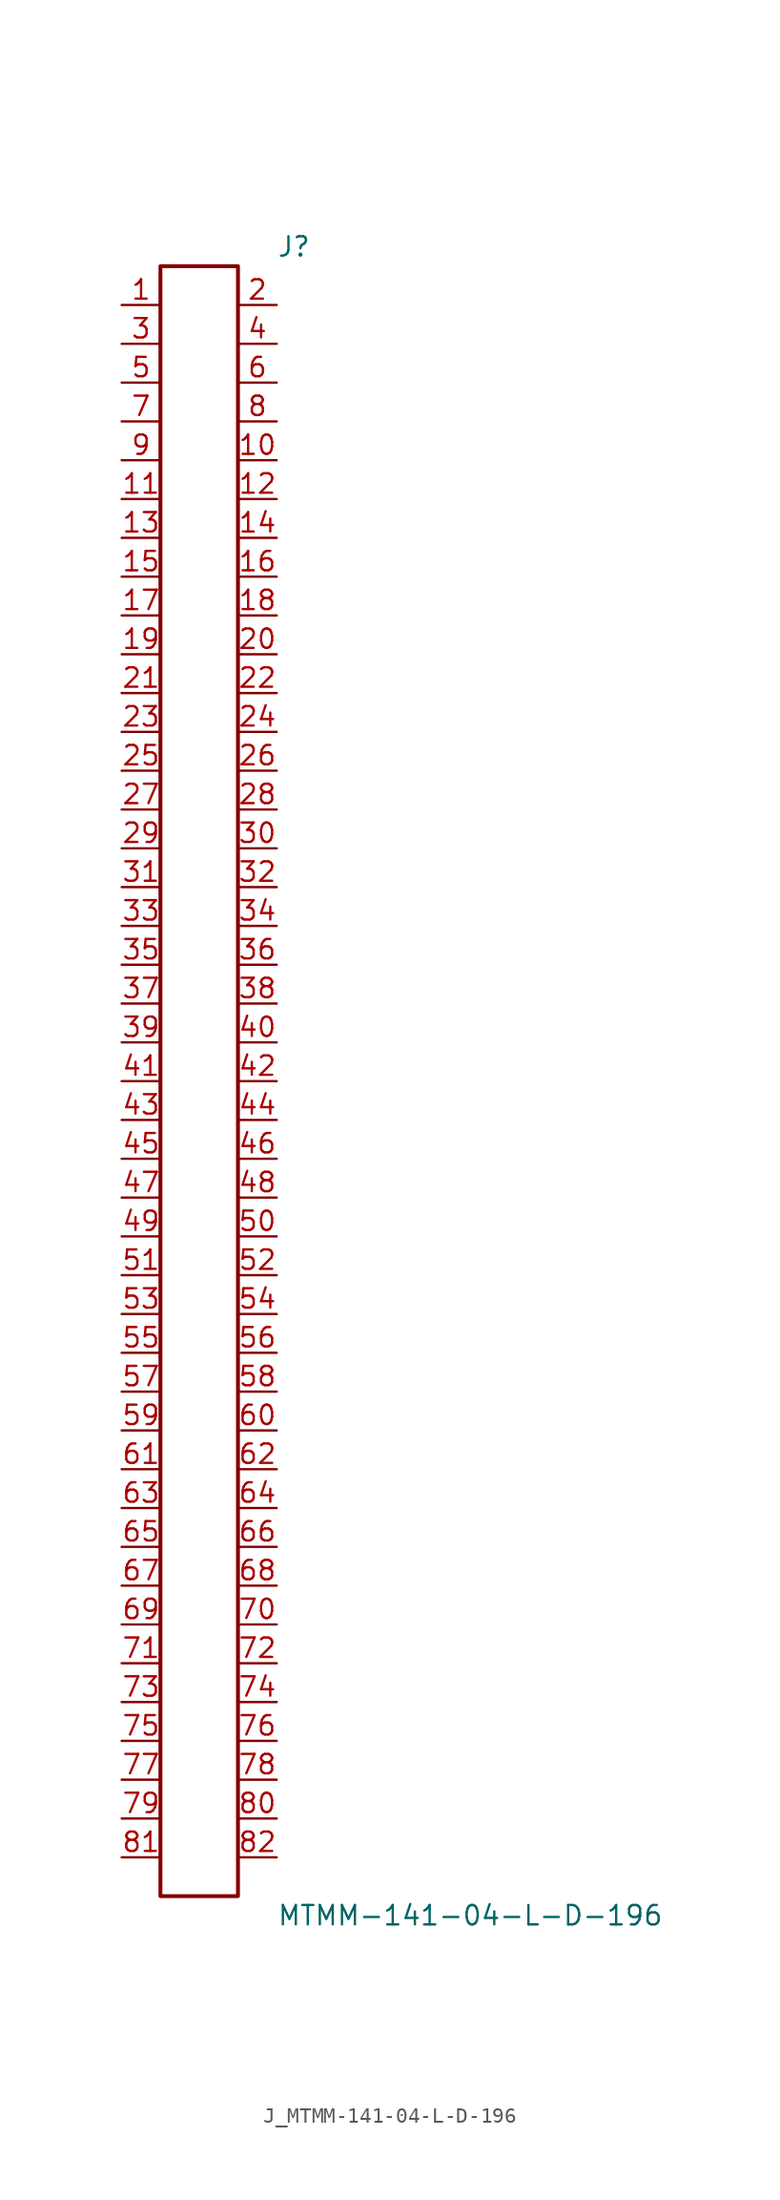
<source format=kicad_sym>
(kicad_symbol_lib
  (version 20231120)
  (generator kicad_symbol_editor)
  (generator_version 8.0)
  (symbol "J_MTMM-141-04-L-D-196"
    (pin_names
      (offset 0.254))
    (property "Reference" "J"
      (at 5.08 54.61 0)
      (effects (font (size 1.27 1.27)) (justify left)))
    (property "Value" "MTMM-141-04-L-D-196"
      (at 5.08 -54.61 0)
      (effects (font (size 1.27 1.27)) (justify left)))
    (symbol "J_MTMM-141-04-L-D-196_0_0"
      (pin passive line (at -5.08 50.8 0) (length 2.54) (name "" (effects (font (size 1.27 1.27)))) (number "1" (effects (font (size 1.27 1.27)))))
      (pin passive line (at 5.08 50.8 180) (length 2.54) (name "" (effects (font (size 1.27 1.27)))) (number "2" (effects (font (size 1.27 1.27)))))
      (pin passive line (at -5.08 48.26 0) (length 2.54) (name "" (effects (font (size 1.27 1.27)))) (number "3" (effects (font (size 1.27 1.27)))))
      (pin passive line (at 5.08 48.26 180) (length 2.54) (name "" (effects (font (size 1.27 1.27)))) (number "4" (effects (font (size 1.27 1.27)))))
      (pin passive line (at -5.08 45.72 0) (length 2.54) (name "" (effects (font (size 1.27 1.27)))) (number "5" (effects (font (size 1.27 1.27)))))
      (pin passive line (at 5.08 45.72 180) (length 2.54) (name "" (effects (font (size 1.27 1.27)))) (number "6" (effects (font (size 1.27 1.27)))))
      (pin passive line (at -5.08 43.18 0) (length 2.54) (name "" (effects (font (size 1.27 1.27)))) (number "7" (effects (font (size 1.27 1.27)))))
      (pin passive line (at 5.08 43.18 180) (length 2.54) (name "" (effects (font (size 1.27 1.27)))) (number "8" (effects (font (size 1.27 1.27)))))
      (pin passive line (at -5.08 40.64 0) (length 2.54) (name "" (effects (font (size 1.27 1.27)))) (number "9" (effects (font (size 1.27 1.27)))))
      (pin passive line (at 5.08 40.64 180) (length 2.54) (name "" (effects (font (size 1.27 1.27)))) (number "10" (effects (font (size 1.27 1.27)))))
      (pin passive line (at -5.08 38.1 0) (length 2.54) (name "" (effects (font (size 1.27 1.27)))) (number "11" (effects (font (size 1.27 1.27)))))
      (pin passive line (at 5.08 38.1 180) (length 2.54) (name "" (effects (font (size 1.27 1.27)))) (number "12" (effects (font (size 1.27 1.27)))))
      (pin passive line (at -5.08 35.56 0) (length 2.54) (name "" (effects (font (size 1.27 1.27)))) (number "13" (effects (font (size 1.27 1.27)))))
      (pin passive line (at 5.08 35.56 180) (length 2.54) (name "" (effects (font (size 1.27 1.27)))) (number "14" (effects (font (size 1.27 1.27)))))
      (pin passive line (at -5.08 33.02 0) (length 2.54) (name "" (effects (font (size 1.27 1.27)))) (number "15" (effects (font (size 1.27 1.27)))))
      (pin passive line (at 5.08 33.02 180) (length 2.54) (name "" (effects (font (size 1.27 1.27)))) (number "16" (effects (font (size 1.27 1.27)))))
      (pin passive line (at -5.08 30.48 0) (length 2.54) (name "" (effects (font (size 1.27 1.27)))) (number "17" (effects (font (size 1.27 1.27)))))
      (pin passive line (at 5.08 30.48 180) (length 2.54) (name "" (effects (font (size 1.27 1.27)))) (number "18" (effects (font (size 1.27 1.27)))))
      (pin passive line (at -5.08 27.94 0) (length 2.54) (name "" (effects (font (size 1.27 1.27)))) (number "19" (effects (font (size 1.27 1.27)))))
      (pin passive line (at 5.08 27.94 180) (length 2.54) (name "" (effects (font (size 1.27 1.27)))) (number "20" (effects (font (size 1.27 1.27)))))
      (pin passive line (at -5.08 25.4 0) (length 2.54) (name "" (effects (font (size 1.27 1.27)))) (number "21" (effects (font (size 1.27 1.27)))))
      (pin passive line (at 5.08 25.4 180) (length 2.54) (name "" (effects (font (size 1.27 1.27)))) (number "22" (effects (font (size 1.27 1.27)))))
      (pin passive line (at -5.08 22.86 0) (length 2.54) (name "" (effects (font (size 1.27 1.27)))) (number "23" (effects (font (size 1.27 1.27)))))
      (pin passive line (at 5.08 22.86 180) (length 2.54) (name "" (effects (font (size 1.27 1.27)))) (number "24" (effects (font (size 1.27 1.27)))))
      (pin passive line (at -5.08 20.32 0) (length 2.54) (name "" (effects (font (size 1.27 1.27)))) (number "25" (effects (font (size 1.27 1.27)))))
      (pin passive line (at 5.08 20.32 180) (length 2.54) (name "" (effects (font (size 1.27 1.27)))) (number "26" (effects (font (size 1.27 1.27)))))
      (pin passive line (at -5.08 17.78 0) (length 2.54) (name "" (effects (font (size 1.27 1.27)))) (number "27" (effects (font (size 1.27 1.27)))))
      (pin passive line (at 5.08 17.78 180) (length 2.54) (name "" (effects (font (size 1.27 1.27)))) (number "28" (effects (font (size 1.27 1.27)))))
      (pin passive line (at -5.08 15.24 0) (length 2.54) (name "" (effects (font (size 1.27 1.27)))) (number "29" (effects (font (size 1.27 1.27)))))
      (pin passive line (at 5.08 15.24 180) (length 2.54) (name "" (effects (font (size 1.27 1.27)))) (number "30" (effects (font (size 1.27 1.27)))))
      (pin passive line (at -5.08 12.7 0) (length 2.54) (name "" (effects (font (size 1.27 1.27)))) (number "31" (effects (font (size 1.27 1.27)))))
      (pin passive line (at 5.08 12.7 180) (length 2.54) (name "" (effects (font (size 1.27 1.27)))) (number "32" (effects (font (size 1.27 1.27)))))
      (pin passive line (at -5.08 10.16 0) (length 2.54) (name "" (effects (font (size 1.27 1.27)))) (number "33" (effects (font (size 1.27 1.27)))))
      (pin passive line (at 5.08 10.16 180) (length 2.54) (name "" (effects (font (size 1.27 1.27)))) (number "34" (effects (font (size 1.27 1.27)))))
      (pin passive line (at -5.08 7.62 0) (length 2.54) (name "" (effects (font (size 1.27 1.27)))) (number "35" (effects (font (size 1.27 1.27)))))
      (pin passive line (at 5.08 7.62 180) (length 2.54) (name "" (effects (font (size 1.27 1.27)))) (number "36" (effects (font (size 1.27 1.27)))))
      (pin passive line (at -5.08 5.08 0) (length 2.54) (name "" (effects (font (size 1.27 1.27)))) (number "37" (effects (font (size 1.27 1.27)))))
      (pin passive line (at 5.08 5.08 180) (length 2.54) (name "" (effects (font (size 1.27 1.27)))) (number "38" (effects (font (size 1.27 1.27)))))
      (pin passive line (at -5.08 2.54 0) (length 2.54) (name "" (effects (font (size 1.27 1.27)))) (number "39" (effects (font (size 1.27 1.27)))))
      (pin passive line (at 5.08 2.54 180) (length 2.54) (name "" (effects (font (size 1.27 1.27)))) (number "40" (effects (font (size 1.27 1.27)))))
      (pin passive line (at -5.08 0.0 0) (length 2.54) (name "" (effects (font (size 1.27 1.27)))) (number "41" (effects (font (size 1.27 1.27)))))
      (pin passive line (at 5.08 0.0 180) (length 2.54) (name "" (effects (font (size 1.27 1.27)))) (number "42" (effects (font (size 1.27 1.27)))))
      (pin passive line (at -5.08 -2.54 0) (length 2.54) (name "" (effects (font (size 1.27 1.27)))) (number "43" (effects (font (size 1.27 1.27)))))
      (pin passive line (at 5.08 -2.54 180) (length 2.54) (name "" (effects (font (size 1.27 1.27)))) (number "44" (effects (font (size 1.27 1.27)))))
      (pin passive line (at -5.08 -5.08 0) (length 2.54) (name "" (effects (font (size 1.27 1.27)))) (number "45" (effects (font (size 1.27 1.27)))))
      (pin passive line (at 5.08 -5.08 180) (length 2.54) (name "" (effects (font (size 1.27 1.27)))) (number "46" (effects (font (size 1.27 1.27)))))
      (pin passive line (at -5.08 -7.62 0) (length 2.54) (name "" (effects (font (size 1.27 1.27)))) (number "47" (effects (font (size 1.27 1.27)))))
      (pin passive line (at 5.08 -7.62 180) (length 2.54) (name "" (effects (font (size 1.27 1.27)))) (number "48" (effects (font (size 1.27 1.27)))))
      (pin passive line (at -5.08 -10.16 0) (length 2.54) (name "" (effects (font (size 1.27 1.27)))) (number "49" (effects (font (size 1.27 1.27)))))
      (pin passive line (at 5.08 -10.16 180) (length 2.54) (name "" (effects (font (size 1.27 1.27)))) (number "50" (effects (font (size 1.27 1.27)))))
      (pin passive line (at -5.08 -12.7 0) (length 2.54) (name "" (effects (font (size 1.27 1.27)))) (number "51" (effects (font (size 1.27 1.27)))))
      (pin passive line (at 5.08 -12.7 180) (length 2.54) (name "" (effects (font (size 1.27 1.27)))) (number "52" (effects (font (size 1.27 1.27)))))
      (pin passive line (at -5.08 -15.24 0) (length 2.54) (name "" (effects (font (size 1.27 1.27)))) (number "53" (effects (font (size 1.27 1.27)))))
      (pin passive line (at 5.08 -15.24 180) (length 2.54) (name "" (effects (font (size 1.27 1.27)))) (number "54" (effects (font (size 1.27 1.27)))))
      (pin passive line (at -5.08 -17.78 0) (length 2.54) (name "" (effects (font (size 1.27 1.27)))) (number "55" (effects (font (size 1.27 1.27)))))
      (pin passive line (at 5.08 -17.78 180) (length 2.54) (name "" (effects (font (size 1.27 1.27)))) (number "56" (effects (font (size 1.27 1.27)))))
      (pin passive line (at -5.08 -20.32 0) (length 2.54) (name "" (effects (font (size 1.27 1.27)))) (number "57" (effects (font (size 1.27 1.27)))))
      (pin passive line (at 5.08 -20.32 180) (length 2.54) (name "" (effects (font (size 1.27 1.27)))) (number "58" (effects (font (size 1.27 1.27)))))
      (pin passive line (at -5.08 -22.86 0) (length 2.54) (name "" (effects (font (size 1.27 1.27)))) (number "59" (effects (font (size 1.27 1.27)))))
      (pin passive line (at 5.08 -22.86 180) (length 2.54) (name "" (effects (font (size 1.27 1.27)))) (number "60" (effects (font (size 1.27 1.27)))))
      (pin passive line (at -5.08 -25.4 0) (length 2.54) (name "" (effects (font (size 1.27 1.27)))) (number "61" (effects (font (size 1.27 1.27)))))
      (pin passive line (at 5.08 -25.4 180) (length 2.54) (name "" (effects (font (size 1.27 1.27)))) (number "62" (effects (font (size 1.27 1.27)))))
      (pin passive line (at -5.08 -27.94 0) (length 2.54) (name "" (effects (font (size 1.27 1.27)))) (number "63" (effects (font (size 1.27 1.27)))))
      (pin passive line (at 5.08 -27.94 180) (length 2.54) (name "" (effects (font (size 1.27 1.27)))) (number "64" (effects (font (size 1.27 1.27)))))
      (pin passive line (at -5.08 -30.48 0) (length 2.54) (name "" (effects (font (size 1.27 1.27)))) (number "65" (effects (font (size 1.27 1.27)))))
      (pin passive line (at 5.08 -30.48 180) (length 2.54) (name "" (effects (font (size 1.27 1.27)))) (number "66" (effects (font (size 1.27 1.27)))))
      (pin passive line (at -5.08 -33.02 0) (length 2.54) (name "" (effects (font (size 1.27 1.27)))) (number "67" (effects (font (size 1.27 1.27)))))
      (pin passive line (at 5.08 -33.02 180) (length 2.54) (name "" (effects (font (size 1.27 1.27)))) (number "68" (effects (font (size 1.27 1.27)))))
      (pin passive line (at -5.08 -35.56 0) (length 2.54) (name "" (effects (font (size 1.27 1.27)))) (number "69" (effects (font (size 1.27 1.27)))))
      (pin passive line (at 5.08 -35.56 180) (length 2.54) (name "" (effects (font (size 1.27 1.27)))) (number "70" (effects (font (size 1.27 1.27)))))
      (pin passive line (at -5.08 -38.1 0) (length 2.54) (name "" (effects (font (size 1.27 1.27)))) (number "71" (effects (font (size 1.27 1.27)))))
      (pin passive line (at 5.08 -38.1 180) (length 2.54) (name "" (effects (font (size 1.27 1.27)))) (number "72" (effects (font (size 1.27 1.27)))))
      (pin passive line (at -5.08 -40.64 0) (length 2.54) (name "" (effects (font (size 1.27 1.27)))) (number "73" (effects (font (size 1.27 1.27)))))
      (pin passive line (at 5.08 -40.64 180) (length 2.54) (name "" (effects (font (size 1.27 1.27)))) (number "74" (effects (font (size 1.27 1.27)))))
      (pin passive line (at -5.08 -43.18 0) (length 2.54) (name "" (effects (font (size 1.27 1.27)))) (number "75" (effects (font (size 1.27 1.27)))))
      (pin passive line (at 5.08 -43.18 180) (length 2.54) (name "" (effects (font (size 1.27 1.27)))) (number "76" (effects (font (size 1.27 1.27)))))
      (pin passive line (at -5.08 -45.72 0) (length 2.54) (name "" (effects (font (size 1.27 1.27)))) (number "77" (effects (font (size 1.27 1.27)))))
      (pin passive line (at 5.08 -45.72 180) (length 2.54) (name "" (effects (font (size 1.27 1.27)))) (number "78" (effects (font (size 1.27 1.27)))))
      (pin passive line (at -5.08 -48.26 0) (length 2.54) (name "" (effects (font (size 1.27 1.27)))) (number "79" (effects (font (size 1.27 1.27)))))
      (pin passive line (at 5.08 -48.26 180) (length 2.54) (name "" (effects (font (size 1.27 1.27)))) (number "80" (effects (font (size 1.27 1.27)))))
      (pin passive line (at -5.08 -50.8 0) (length 2.54) (name "" (effects (font (size 1.27 1.27)))) (number "81" (effects (font (size 1.27 1.27)))))
      (pin passive line (at 5.08 -50.8 180) (length 2.54) (name "" (effects (font (size 1.27 1.27)))) (number "82" (effects (font (size 1.27 1.27))))))
    (symbol "J_MTMM-141-04-L-D-196_1_0"
      (rectangle (start -2.54 53.34) (end 2.54 -53.34) (stroke (width 0.254) (type solid)) (fill (type none))))))
</source>
